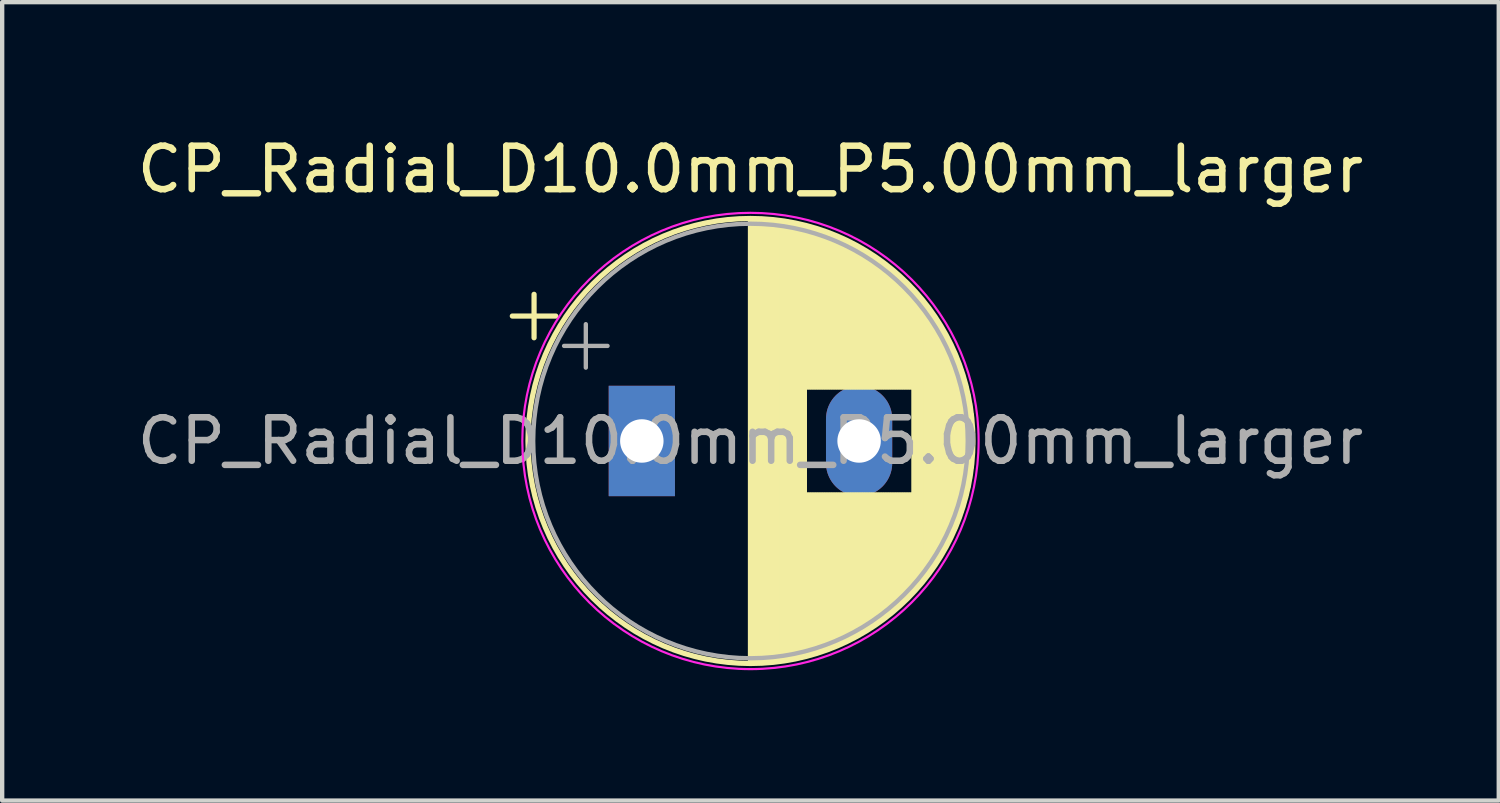
<source format=kicad_pcb>
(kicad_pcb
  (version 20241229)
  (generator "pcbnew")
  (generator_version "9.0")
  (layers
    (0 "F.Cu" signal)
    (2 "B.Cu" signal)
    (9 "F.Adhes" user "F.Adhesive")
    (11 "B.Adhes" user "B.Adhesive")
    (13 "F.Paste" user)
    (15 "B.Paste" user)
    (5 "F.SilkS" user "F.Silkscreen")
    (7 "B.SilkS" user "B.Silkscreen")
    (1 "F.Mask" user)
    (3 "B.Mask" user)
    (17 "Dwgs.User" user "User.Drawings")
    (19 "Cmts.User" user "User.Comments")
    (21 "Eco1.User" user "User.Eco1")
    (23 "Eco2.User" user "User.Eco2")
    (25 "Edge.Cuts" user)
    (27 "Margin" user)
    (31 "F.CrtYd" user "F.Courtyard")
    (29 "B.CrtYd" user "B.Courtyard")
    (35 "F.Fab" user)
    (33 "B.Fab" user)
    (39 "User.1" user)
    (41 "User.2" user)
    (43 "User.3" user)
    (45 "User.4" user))
  (footprint "CP_Radial_D10.0mm_P5.00mm_larger"
    (layer "F.Cu")
    (at 11.72 7.098)
    (property "Reference" "CP_Radial_D10.0mm_P5.00mm_larger" (at 2.5 -6.25 0) (layer "F.SilkS") (effects (font (size 1 1) (thickness 0.15))))
    (attr through_hole)
    (fp_line (start -2.98 -2.875) (end -1.98 -2.875) (stroke (width 0.12) (type solid)) (layer "F.SilkS"))
    (fp_line (start -2.48 -3.375) (end -2.48 -2.375) (stroke (width 0.12) (type solid)) (layer "F.SilkS"))
    (fp_line (start 2.5 -5.08) (end 2.5 5.08) (stroke (width 0.12) (type solid)) (layer "F.SilkS"))
    (fp_line (start 2.54 -5.08) (end 2.54 5.08) (stroke (width 0.12) (type solid)) (layer "F.SilkS"))
    (fp_line (start 2.58 -5.08) (end 2.58 5.08) (stroke (width 0.12) (type solid)) (layer "F.SilkS"))
    (fp_line (start 2.62 -5.079) (end 2.62 5.079) (stroke (width 0.12) (type solid)) (layer "F.SilkS"))
    (fp_line (start 2.66 -5.078) (end 2.66 5.078) (stroke (width 0.12) (type solid)) (layer "F.SilkS"))
    (fp_line (start 2.7 -5.077) (end 2.7 5.077) (stroke (width 0.12) (type solid)) (layer "F.SilkS"))
    (fp_line (start 2.74 -5.075) (end 2.74 5.075) (stroke (width 0.12) (type solid)) (layer "F.SilkS"))
    (fp_line (start 2.78 -5.073) (end 2.78 5.073) (stroke (width 0.12) (type solid)) (layer "F.SilkS"))
    (fp_line (start 2.82 -5.07) (end 2.82 5.07) (stroke (width 0.12) (type solid)) (layer "F.SilkS"))
    (fp_line (start 2.86 -5.068) (end 2.86 5.068) (stroke (width 0.12) (type solid)) (layer "F.SilkS"))
    (fp_line (start 2.9 -5.065) (end 2.9 5.065) (stroke (width 0.12) (type solid)) (layer "F.SilkS"))
    (fp_line (start 2.94 -5.062) (end 2.94 5.062) (stroke (width 0.12) (type solid)) (layer "F.SilkS"))
    (fp_line (start 2.98 -5.058) (end 2.98 5.058) (stroke (width 0.12) (type solid)) (layer "F.SilkS"))
    (fp_line (start 3.02 -5.054) (end 3.02 5.054) (stroke (width 0.12) (type solid)) (layer "F.SilkS"))
    (fp_line (start 3.06 -5.05) (end 3.06 5.05) (stroke (width 0.12) (type solid)) (layer "F.SilkS"))
    (fp_line (start 3.1 -5.045) (end 3.1 5.045) (stroke (width 0.12) (type solid)) (layer "F.SilkS"))
    (fp_line (start 3.14 -5.04) (end 3.14 5.04) (stroke (width 0.12) (type solid)) (layer "F.SilkS"))
    (fp_line (start 3.18 -5.035) (end 3.18 5.035) (stroke (width 0.12) (type solid)) (layer "F.SilkS"))
    (fp_line (start 3.221 -5.03) (end 3.221 5.03) (stroke (width 0.12) (type solid)) (layer "F.SilkS"))
    (fp_line (start 3.261 -5.024) (end 3.261 5.024) (stroke (width 0.12) (type solid)) (layer "F.SilkS"))
    (fp_line (start 3.301 -5.018) (end 3.301 5.018) (stroke (width 0.12) (type solid)) (layer "F.SilkS"))
    (fp_line (start 3.341 -5.011) (end 3.341 5.011) (stroke (width 0.12) (type solid)) (layer "F.SilkS"))
    (fp_line (start 3.381 -5.004) (end 3.381 5.004) (stroke (width 0.12) (type solid)) (layer "F.SilkS"))
    (fp_line (start 3.421 -4.997) (end 3.421 4.997) (stroke (width 0.12) (type solid)) (layer "F.SilkS"))
    (fp_line (start 3.461 -4.99) (end 3.461 4.99) (stroke (width 0.12) (type solid)) (layer "F.SilkS"))
    (fp_line (start 3.501 -4.982) (end 3.501 4.982) (stroke (width 0.12) (type solid)) (layer "F.SilkS"))
    (fp_line (start 3.541 -4.974) (end 3.541 4.974) (stroke (width 0.12) (type solid)) (layer "F.SilkS"))
    (fp_line (start 3.581 -4.965) (end 3.581 4.965) (stroke (width 0.12) (type solid)) (layer "F.SilkS"))
    (fp_line (start 3.621 -4.956) (end 3.621 4.956) (stroke (width 0.12) (type solid)) (layer "F.SilkS"))
    (fp_line (start 3.661 -4.947) (end 3.661 4.947) (stroke (width 0.12) (type solid)) (layer "F.SilkS"))
    (fp_line (start 3.701 -4.938) (end 3.701 4.938) (stroke (width 0.12) (type solid)) (layer "F.SilkS"))
    (fp_line (start 3.741 -4.928) (end 3.741 4.928) (stroke (width 0.12) (type solid)) (layer "F.SilkS"))
    (fp_line (start 3.781 -4.918) (end 3.781 -1.241) (stroke (width 0.12) (type solid)) (layer "F.SilkS"))
    (fp_line (start 3.781 1.241) (end 3.781 4.918) (stroke (width 0.12) (type solid)) (layer "F.SilkS"))
    (fp_line (start 3.821 -4.907) (end 3.821 -1.241) (stroke (width 0.12) (type solid)) (layer "F.SilkS"))
    (fp_line (start 3.821 1.241) (end 3.821 4.907) (stroke (width 0.12) (type solid)) (layer "F.SilkS"))
    (fp_line (start 3.861 -4.897) (end 3.861 -1.241) (stroke (width 0.12) (type solid)) (layer "F.SilkS"))
    (fp_line (start 3.861 1.241) (end 3.861 4.897) (stroke (width 0.12) (type solid)) (layer "F.SilkS"))
    (fp_line (start 3.901 -4.885) (end 3.901 -1.241) (stroke (width 0.12) (type solid)) (layer "F.SilkS"))
    (fp_line (start 3.901 1.241) (end 3.901 4.885) (stroke (width 0.12) (type solid)) (layer "F.SilkS"))
    (fp_line (start 3.941 -4.874) (end 3.941 -1.241) (stroke (width 0.12) (type solid)) (layer "F.SilkS"))
    (fp_line (start 3.941 1.241) (end 3.941 4.874) (stroke (width 0.12) (type solid)) (layer "F.SilkS"))
    (fp_line (start 3.981 -4.862) (end 3.981 -1.241) (stroke (width 0.12) (type solid)) (layer "F.SilkS"))
    (fp_line (start 3.981 1.241) (end 3.981 4.862) (stroke (width 0.12) (type solid)) (layer "F.SilkS"))
    (fp_line (start 4.021 -4.85) (end 4.021 -1.241) (stroke (width 0.12) (type solid)) (layer "F.SilkS"))
    (fp_line (start 4.021 1.241) (end 4.021 4.85) (stroke (width 0.12) (type solid)) (layer "F.SilkS"))
    (fp_line (start 4.061 -4.837) (end 4.061 -1.241) (stroke (width 0.12) (type solid)) (layer "F.SilkS"))
    (fp_line (start 4.061 1.241) (end 4.061 4.837) (stroke (width 0.12) (type solid)) (layer "F.SilkS"))
    (fp_line (start 4.101 -4.824) (end 4.101 -1.241) (stroke (width 0.12) (type solid)) (layer "F.SilkS"))
    (fp_line (start 4.101 1.241) (end 4.101 4.824) (stroke (width 0.12) (type solid)) (layer "F.SilkS"))
    (fp_line (start 4.141 -4.811) (end 4.141 -1.241) (stroke (width 0.12) (type solid)) (layer "F.SilkS"))
    (fp_line (start 4.141 1.241) (end 4.141 4.811) (stroke (width 0.12) (type solid)) (layer "F.SilkS"))
    (fp_line (start 4.181 -4.797) (end 4.181 -1.241) (stroke (width 0.12) (type solid)) (layer "F.SilkS"))
    (fp_line (start 4.181 1.241) (end 4.181 4.797) (stroke (width 0.12) (type solid)) (layer "F.SilkS"))
    (fp_line (start 4.221 -4.783) (end 4.221 -1.241) (stroke (width 0.12) (type solid)) (layer "F.SilkS"))
    (fp_line (start 4.221 1.241) (end 4.221 4.783) (stroke (width 0.12) (type solid)) (layer "F.SilkS"))
    (fp_line (start 4.261 -4.768) (end 4.261 -1.241) (stroke (width 0.12) (type solid)) (layer "F.SilkS"))
    (fp_line (start 4.261 1.241) (end 4.261 4.768) (stroke (width 0.12) (type solid)) (layer "F.SilkS"))
    (fp_line (start 4.301 -4.754) (end 4.301 -1.241) (stroke (width 0.12) (type solid)) (layer "F.SilkS"))
    (fp_line (start 4.301 1.241) (end 4.301 4.754) (stroke (width 0.12) (type solid)) (layer "F.SilkS"))
    (fp_line (start 4.341 -4.738) (end 4.341 -1.241) (stroke (width 0.12) (type solid)) (layer "F.SilkS"))
    (fp_line (start 4.341 1.241) (end 4.341 4.738) (stroke (width 0.12) (type solid)) (layer "F.SilkS"))
    (fp_line (start 4.381 -4.723) (end 4.381 -1.241) (stroke (width 0.12) (type solid)) (layer "F.SilkS"))
    (fp_line (start 4.381 1.241) (end 4.381 4.723) (stroke (width 0.12) (type solid)) (layer "F.SilkS"))
    (fp_line (start 4.421 -4.707) (end 4.421 -1.241) (stroke (width 0.12) (type solid)) (layer "F.SilkS"))
    (fp_line (start 4.421 1.241) (end 4.421 4.707) (stroke (width 0.12) (type solid)) (layer "F.SilkS"))
    (fp_line (start 4.461 -4.69) (end 4.461 -1.241) (stroke (width 0.12) (type solid)) (layer "F.SilkS"))
    (fp_line (start 4.461 1.241) (end 4.461 4.69) (stroke (width 0.12) (type solid)) (layer "F.SilkS"))
    (fp_line (start 4.501 -4.674) (end 4.501 -1.241) (stroke (width 0.12) (type solid)) (layer "F.SilkS"))
    (fp_line (start 4.501 1.241) (end 4.501 4.674) (stroke (width 0.12) (type solid)) (layer "F.SilkS"))
    (fp_line (start 4.541 -4.657) (end 4.541 -1.241) (stroke (width 0.12) (type solid)) (layer "F.SilkS"))
    (fp_line (start 4.541 1.241) (end 4.541 4.657) (stroke (width 0.12) (type solid)) (layer "F.SilkS"))
    (fp_line (start 4.581 -4.639) (end 4.581 -1.241) (stroke (width 0.12) (type solid)) (layer "F.SilkS"))
    (fp_line (start 4.581 1.241) (end 4.581 4.639) (stroke (width 0.12) (type solid)) (layer "F.SilkS"))
    (fp_line (start 4.621 -4.621) (end 4.621 -1.241) (stroke (width 0.12) (type solid)) (layer "F.SilkS"))
    (fp_line (start 4.621 1.241) (end 4.621 4.621) (stroke (width 0.12) (type solid)) (layer "F.SilkS"))
    (fp_line (start 4.661 -4.603) (end 4.661 -1.241) (stroke (width 0.12) (type solid)) (layer "F.SilkS"))
    (fp_line (start 4.661 1.241) (end 4.661 4.603) (stroke (width 0.12) (type solid)) (layer "F.SilkS"))
    (fp_line (start 4.701 -4.584) (end 4.701 -1.241) (stroke (width 0.12) (type solid)) (layer "F.SilkS"))
    (fp_line (start 4.701 1.241) (end 4.701 4.584) (stroke (width 0.12) (type solid)) (layer "F.SilkS"))
    (fp_line (start 4.741 -4.564) (end 4.741 -1.241) (stroke (width 0.12) (type solid)) (layer "F.SilkS"))
    (fp_line (start 4.741 1.241) (end 4.741 4.564) (stroke (width 0.12) (type solid)) (layer "F.SilkS"))
    (fp_line (start 4.781 -4.545) (end 4.781 -1.241) (stroke (width 0.12) (type solid)) (layer "F.SilkS"))
    (fp_line (start 4.781 1.241) (end 4.781 4.545) (stroke (width 0.12) (type solid)) (layer "F.SilkS"))
    (fp_line (start 4.821 -4.525) (end 4.821 -1.241) (stroke (width 0.12) (type solid)) (layer "F.SilkS"))
    (fp_line (start 4.821 1.241) (end 4.821 4.525) (stroke (width 0.12) (type solid)) (layer "F.SilkS"))
    (fp_line (start 4.861 -4.504) (end 4.861 -1.241) (stroke (width 0.12) (type solid)) (layer "F.SilkS"))
    (fp_line (start 4.861 1.241) (end 4.861 4.504) (stroke (width 0.12) (type solid)) (layer "F.SilkS"))
    (fp_line (start 4.901 -4.483) (end 4.901 -1.241) (stroke (width 0.12) (type solid)) (layer "F.SilkS"))
    (fp_line (start 4.901 1.241) (end 4.901 4.483) (stroke (width 0.12) (type solid)) (layer "F.SilkS"))
    (fp_line (start 4.941 -4.462) (end 4.941 -1.241) (stroke (width 0.12) (type solid)) (layer "F.SilkS"))
    (fp_line (start 4.941 1.241) (end 4.941 4.462) (stroke (width 0.12) (type solid)) (layer "F.SilkS"))
    (fp_line (start 4.981 -4.44) (end 4.981 -1.241) (stroke (width 0.12) (type solid)) (layer "F.SilkS"))
    (fp_line (start 4.981 1.241) (end 4.981 4.44) (stroke (width 0.12) (type solid)) (layer "F.SilkS"))
    (fp_line (start 5.021 -4.417) (end 5.021 -1.241) (stroke (width 0.12) (type solid)) (layer "F.SilkS"))
    (fp_line (start 5.021 1.241) (end 5.021 4.417) (stroke (width 0.12) (type solid)) (layer "F.SilkS"))
    (fp_line (start 5.061 -4.395) (end 5.061 -1.241) (stroke (width 0.12) (type solid)) (layer "F.SilkS"))
    (fp_line (start 5.061 1.241) (end 5.061 4.395) (stroke (width 0.12) (type solid)) (layer "F.SilkS"))
    (fp_line (start 5.101 -4.371) (end 5.101 -1.241) (stroke (width 0.12) (type solid)) (layer "F.SilkS"))
    (fp_line (start 5.101 1.241) (end 5.101 4.371) (stroke (width 0.12) (type solid)) (layer "F.SilkS"))
    (fp_line (start 5.141 -4.347) (end 5.141 -1.241) (stroke (width 0.12) (type solid)) (layer "F.SilkS"))
    (fp_line (start 5.141 1.241) (end 5.141 4.347) (stroke (width 0.12) (type solid)) (layer "F.SilkS"))
    (fp_line (start 5.181 -4.323) (end 5.181 -1.241) (stroke (width 0.12) (type solid)) (layer "F.SilkS"))
    (fp_line (start 5.181 1.241) (end 5.181 4.323) (stroke (width 0.12) (type solid)) (layer "F.SilkS"))
    (fp_line (start 5.221 -4.298) (end 5.221 -1.241) (stroke (width 0.12) (type solid)) (layer "F.SilkS"))
    (fp_line (start 5.221 1.241) (end 5.221 4.298) (stroke (width 0.12) (type solid)) (layer "F.SilkS"))
    (fp_line (start 5.261 -4.273) (end 5.261 -1.241) (stroke (width 0.12) (type solid)) (layer "F.SilkS"))
    (fp_line (start 5.261 1.241) (end 5.261 4.273) (stroke (width 0.12) (type solid)) (layer "F.SilkS"))
    (fp_line (start 5.301 -4.247) (end 5.301 -1.241) (stroke (width 0.12) (type solid)) (layer "F.SilkS"))
    (fp_line (start 5.301 1.241) (end 5.301 4.247) (stroke (width 0.12) (type solid)) (layer "F.SilkS"))
    (fp_line (start 5.341 -4.221) (end 5.341 -1.241) (stroke (width 0.12) (type solid)) (layer "F.SilkS"))
    (fp_line (start 5.341 1.241) (end 5.341 4.221) (stroke (width 0.12) (type solid)) (layer "F.SilkS"))
    (fp_line (start 5.381 -4.194) (end 5.381 -1.241) (stroke (width 0.12) (type solid)) (layer "F.SilkS"))
    (fp_line (start 5.381 1.241) (end 5.381 4.194) (stroke (width 0.12) (type solid)) (layer "F.SilkS"))
    (fp_line (start 5.421 -4.166) (end 5.421 -1.241) (stroke (width 0.12) (type solid)) (layer "F.SilkS"))
    (fp_line (start 5.421 1.241) (end 5.421 4.166) (stroke (width 0.12) (type solid)) (layer "F.SilkS"))
    (fp_line (start 5.461 -4.138) (end 5.461 -1.241) (stroke (width 0.12) (type solid)) (layer "F.SilkS"))
    (fp_line (start 5.461 1.241) (end 5.461 4.138) (stroke (width 0.12) (type solid)) (layer "F.SilkS"))
    (fp_line (start 5.501 -4.11) (end 5.501 -1.241) (stroke (width 0.12) (type solid)) (layer "F.SilkS"))
    (fp_line (start 5.501 1.241) (end 5.501 4.11) (stroke (width 0.12) (type solid)) (layer "F.SilkS"))
    (fp_line (start 5.541 -4.08) (end 5.541 -1.241) (stroke (width 0.12) (type solid)) (layer "F.SilkS"))
    (fp_line (start 5.541 1.241) (end 5.541 4.08) (stroke (width 0.12) (type solid)) (layer "F.SilkS"))
    (fp_line (start 5.581 -4.05) (end 5.581 -1.241) (stroke (width 0.12) (type solid)) (layer "F.SilkS"))
    (fp_line (start 5.581 1.241) (end 5.581 4.05) (stroke (width 0.12) (type solid)) (layer "F.SilkS"))
    (fp_line (start 5.621 -4.02) (end 5.621 -1.241) (stroke (width 0.12) (type solid)) (layer "F.SilkS"))
    (fp_line (start 5.621 1.241) (end 5.621 4.02) (stroke (width 0.12) (type solid)) (layer "F.SilkS"))
    (fp_line (start 5.661 -3.989) (end 5.661 -1.241) (stroke (width 0.12) (type solid)) (layer "F.SilkS"))
    (fp_line (start 5.661 1.241) (end 5.661 3.989) (stroke (width 0.12) (type solid)) (layer "F.SilkS"))
    (fp_line (start 5.701 -3.957) (end 5.701 -1.241) (stroke (width 0.12) (type solid)) (layer "F.SilkS"))
    (fp_line (start 5.701 1.241) (end 5.701 3.957) (stroke (width 0.12) (type solid)) (layer "F.SilkS"))
    (fp_line (start 5.741 -3.925) (end 5.741 -1.241) (stroke (width 0.12) (type solid)) (layer "F.SilkS"))
    (fp_line (start 5.741 1.241) (end 5.741 3.925) (stroke (width 0.12) (type solid)) (layer "F.SilkS"))
    (fp_line (start 5.781 -3.892) (end 5.781 -1.241) (stroke (width 0.12) (type solid)) (layer "F.SilkS"))
    (fp_line (start 5.781 1.241) (end 5.781 3.892) (stroke (width 0.12) (type solid)) (layer "F.SilkS"))
    (fp_line (start 5.821 -3.858) (end 5.821 -1.241) (stroke (width 0.12) (type solid)) (layer "F.SilkS"))
    (fp_line (start 5.821 1.241) (end 5.821 3.858) (stroke (width 0.12) (type solid)) (layer "F.SilkS"))
    (fp_line (start 5.861 -3.824) (end 5.861 -1.241) (stroke (width 0.12) (type solid)) (layer "F.SilkS"))
    (fp_line (start 5.861 1.241) (end 5.861 3.824) (stroke (width 0.12) (type solid)) (layer "F.SilkS"))
    (fp_line (start 5.901 -3.789) (end 5.901 -1.241) (stroke (width 0.12) (type solid)) (layer "F.SilkS"))
    (fp_line (start 5.901 1.241) (end 5.901 3.789) (stroke (width 0.12) (type solid)) (layer "F.SilkS"))
    (fp_line (start 5.941 -3.753) (end 5.941 -1.241) (stroke (width 0.12) (type solid)) (layer "F.SilkS"))
    (fp_line (start 5.941 1.241) (end 5.941 3.753) (stroke (width 0.12) (type solid)) (layer "F.SilkS"))
    (fp_line (start 5.981 -3.716) (end 5.981 -1.241) (stroke (width 0.12) (type solid)) (layer "F.SilkS"))
    (fp_line (start 5.981 1.241) (end 5.981 3.716) (stroke (width 0.12) (type solid)) (layer "F.SilkS"))
    (fp_line (start 6.021 -3.679) (end 6.021 -1.241) (stroke (width 0.12) (type solid)) (layer "F.SilkS"))
    (fp_line (start 6.021 1.241) (end 6.021 3.679) (stroke (width 0.12) (type solid)) (layer "F.SilkS"))
    (fp_line (start 6.061 -3.64) (end 6.061 -1.241) (stroke (width 0.12) (type solid)) (layer "F.SilkS"))
    (fp_line (start 6.061 1.241) (end 6.061 3.64) (stroke (width 0.12) (type solid)) (layer "F.SilkS"))
    (fp_line (start 6.101 -3.601) (end 6.101 -1.241) (stroke (width 0.12) (type solid)) (layer "F.SilkS"))
    (fp_line (start 6.101 1.241) (end 6.101 3.601) (stroke (width 0.12) (type solid)) (layer "F.SilkS"))
    (fp_line (start 6.141 -3.561) (end 6.141 -1.241) (stroke (width 0.12) (type solid)) (layer "F.SilkS"))
    (fp_line (start 6.141 1.241) (end 6.141 3.561) (stroke (width 0.12) (type solid)) (layer "F.SilkS"))
    (fp_line (start 6.181 -3.52) (end 6.181 -1.241) (stroke (width 0.12) (type solid)) (layer "F.SilkS"))
    (fp_line (start 6.181 1.241) (end 6.181 3.52) (stroke (width 0.12) (type solid)) (layer "F.SilkS"))
    (fp_line (start 6.221 -3.478) (end 6.221 -1.241) (stroke (width 0.12) (type solid)) (layer "F.SilkS"))
    (fp_line (start 6.221 1.241) (end 6.221 3.478) (stroke (width 0.12) (type solid)) (layer "F.SilkS"))
    (fp_line (start 6.261 -3.436) (end 6.261 3.436) (stroke (width 0.12) (type solid)) (layer "F.SilkS"))
    (fp_line (start 6.301 -3.392) (end 6.301 3.392) (stroke (width 0.12) (type solid)) (layer "F.SilkS"))
    (fp_line (start 6.341 -3.347) (end 6.341 3.347) (stroke (width 0.12) (type solid)) (layer "F.SilkS"))
    (fp_line (start 6.381 -3.301) (end 6.381 3.301) (stroke (width 0.12) (type solid)) (layer "F.SilkS"))
    (fp_line (start 6.421 -3.254) (end 6.421 3.254) (stroke (width 0.12) (type solid)) (layer "F.SilkS"))
    (fp_line (start 6.461 -3.206) (end 6.461 3.206) (stroke (width 0.12) (type solid)) (layer "F.SilkS"))
    (fp_line (start 6.501 -3.156) (end 6.501 3.156) (stroke (width 0.12) (type solid)) (layer "F.SilkS"))
    (fp_line (start 6.541 -3.106) (end 6.541 3.106) (stroke (width 0.12) (type solid)) (layer "F.SilkS"))
    (fp_line (start 6.581 -3.054) (end 6.581 3.054) (stroke (width 0.12) (type solid)) (layer "F.SilkS"))
    (fp_line (start 6.621 -3) (end 6.621 3) (stroke (width 0.12) (type solid)) (layer "F.SilkS"))
    (fp_line (start 6.661 -2.945) (end 6.661 2.945) (stroke (width 0.12) (type solid)) (layer "F.SilkS"))
    (fp_line (start 6.701 -2.889) (end 6.701 2.889) (stroke (width 0.12) (type solid)) (layer "F.SilkS"))
    (fp_line (start 6.741 -2.83) (end 6.741 2.83) (stroke (width 0.12) (type solid)) (layer "F.SilkS"))
    (fp_line (start 6.781 -2.77) (end 6.781 2.77) (stroke (width 0.12) (type solid)) (layer "F.SilkS"))
    (fp_line (start 6.821 -2.709) (end 6.821 2.709) (stroke (width 0.12) (type solid)) (layer "F.SilkS"))
    (fp_line (start 6.861 -2.645) (end 6.861 2.645) (stroke (width 0.12) (type solid)) (layer "F.SilkS"))
    (fp_line (start 6.901 -2.579) (end 6.901 2.579) (stroke (width 0.12) (type solid)) (layer "F.SilkS"))
    (fp_line (start 6.941 -2.51) (end 6.941 2.51) (stroke (width 0.12) (type solid)) (layer "F.SilkS"))
    (fp_line (start 6.981 -2.439) (end 6.981 2.439) (stroke (width 0.12) (type solid)) (layer "F.SilkS"))
    (fp_line (start 7.021 -2.365) (end 7.021 2.365) (stroke (width 0.12) (type solid)) (layer "F.SilkS"))
    (fp_line (start 7.061 -2.289) (end 7.061 2.289) (stroke (width 0.12) (type solid)) (layer "F.SilkS"))
    (fp_line (start 7.101 -2.209) (end 7.101 2.209) (stroke (width 0.12) (type solid)) (layer "F.SilkS"))
    (fp_line (start 7.141 -2.125) (end 7.141 2.125) (stroke (width 0.12) (type solid)) (layer "F.SilkS"))
    (fp_line (start 7.181 -2.037) (end 7.181 2.037) (stroke (width 0.12) (type solid)) (layer "F.SilkS"))
    (fp_line (start 7.221 -1.944) (end 7.221 1.944) (stroke (width 0.12) (type solid)) (layer "F.SilkS"))
    (fp_line (start 7.261 -1.846) (end 7.261 1.846) (stroke (width 0.12) (type solid)) (layer "F.SilkS"))
    (fp_line (start 7.301 -1.742) (end 7.301 1.742) (stroke (width 0.12) (type solid)) (layer "F.SilkS"))
    (fp_line (start 7.341 -1.63) (end 7.341 1.63) (stroke (width 0.12) (type solid)) (layer "F.SilkS"))
    (fp_line (start 7.381 -1.51) (end 7.381 1.51) (stroke (width 0.12) (type solid)) (layer "F.SilkS"))
    (fp_line (start 7.421 -1.378) (end 7.421 1.378) (stroke (width 0.12) (type solid)) (layer "F.SilkS"))
    (fp_line (start 7.461 -1.23) (end 7.461 1.23) (stroke (width 0.12) (type solid)) (layer "F.SilkS"))
    (fp_line (start 7.501 -1.062) (end 7.501 1.062) (stroke (width 0.12) (type solid)) (layer "F.SilkS"))
    (fp_line (start 7.541 -0.862) (end 7.541 0.862) (stroke (width 0.12) (type solid)) (layer "F.SilkS"))
    (fp_line (start 7.581 -0.599) (end 7.581 0.599) (stroke (width 0.12) (type solid)) (layer "F.SilkS"))
    (fp_circle (center 2.5 0) (end 7.62 0) (stroke (width 0.12) (type solid)) (fill no) (layer "F.SilkS"))
    (fp_circle (center 2.5 0) (end 7.75 0) (stroke (width 0.05) (type solid)) (fill no) (layer "F.CrtYd"))
    (fp_line (start -1.789 -2.188) (end -0.789 -2.188) (stroke (width 0.1) (type solid)) (layer "F.Fab"))
    (fp_line (start -1.289 -2.688) (end -1.289 -1.688) (stroke (width 0.1) (type solid)) (layer "F.Fab"))
    (fp_circle (center 2.5 0) (end 7.5 0) (stroke (width 0.1) (type solid)) (fill no) (layer "F.Fab"))
    (fp_text user "${REFERENCE}" (at 2.5 0 0) (layer "F.Fab") (effects (font (size 1 1) (thickness 0.15))))
    (pad "1" thru_hole rect (at 0 0) (size 1.524 2.54) (drill 1) (layers "*.Cu" "*.Mask"))
    (pad "2" thru_hole oval (at 5 0) (size 1.524 2.54) (drill 1) (layers "*.Cu" "*.Mask")))
  (gr_rect
    (start -3 -3)
    (end 31.44 15.373)
    (stroke (width 0.1) (type default))
    (fill no)
    (layer "Edge.Cuts")))
</source>
